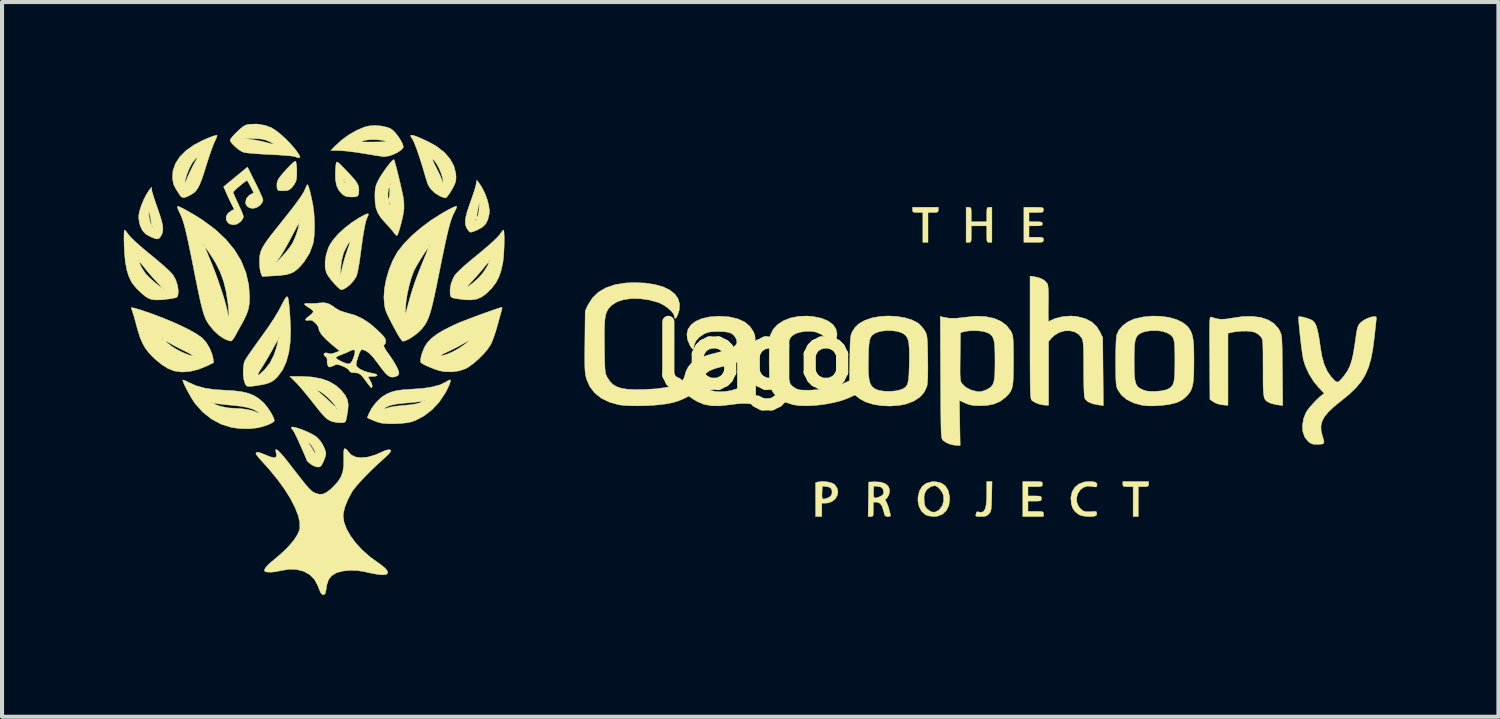
<source format=kicad_pcb>
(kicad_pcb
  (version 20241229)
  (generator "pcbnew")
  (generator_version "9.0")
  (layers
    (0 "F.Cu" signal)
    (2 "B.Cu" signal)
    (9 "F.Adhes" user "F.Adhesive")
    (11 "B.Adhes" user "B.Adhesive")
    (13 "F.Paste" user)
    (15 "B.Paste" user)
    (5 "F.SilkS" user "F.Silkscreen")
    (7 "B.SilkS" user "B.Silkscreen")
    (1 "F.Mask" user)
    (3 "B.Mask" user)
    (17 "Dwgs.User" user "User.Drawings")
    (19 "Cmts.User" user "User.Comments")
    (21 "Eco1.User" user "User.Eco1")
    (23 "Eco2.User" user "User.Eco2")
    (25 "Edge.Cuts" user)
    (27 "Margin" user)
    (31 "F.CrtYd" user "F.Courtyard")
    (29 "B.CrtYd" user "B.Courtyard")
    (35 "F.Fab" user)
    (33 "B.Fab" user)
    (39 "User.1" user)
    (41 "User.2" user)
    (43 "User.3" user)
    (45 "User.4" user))
  (footprint "logo"
    (layer "F.Cu")
    (at 15.521 5.715)
    (property "Reference" "logo" (at 0 0 0) (layer "F.SilkS") (effects (font (size 1.524 1.524) (thickness 0.3))))
    (attr through_hole)
    (fp_poly (pts (xy 4.547 -3.594) (xy 4.542 -3.556) (xy 4.521 -3.538) (xy 4.471 -3.531) (xy 4.42 -3.531) (xy 4.293 -3.531) (xy 4.293 -2.794) (xy 4.166 -2.794) (xy 4.166 -3.531) (xy 4.039 -3.531) (xy 3.963 -3.533) (xy 3.926 -3.543) (xy 3.913 -3.569) (xy 3.912 -3.594) (xy 3.912 -3.658) (xy 4.547 -3.658) (xy 4.547 -3.594)) (stroke (width 0.01) (type solid)) (fill yes) (layer "F.SilkS"))
    (fp_poly (pts (xy 9.728 3.162) (xy 9.724 3.2) (xy 9.703 3.219) (xy 9.652 3.225) (xy 9.601 3.226) (xy 9.474 3.226) (xy 9.474 3.962) (xy 9.347 3.962) (xy 9.347 3.226) (xy 9.22 3.226) (xy 9.145 3.224) (xy 9.107 3.213) (xy 9.094 3.188) (xy 9.093 3.162) (xy 9.093 3.099) (xy 9.728 3.099) (xy 9.728 3.162)) (stroke (width 0.01) (type solid)) (fill yes) (layer "F.SilkS"))
    (fp_poly (pts (xy 5.863 3.465) (xy 5.859 3.609) (xy 5.855 3.712) (xy 5.848 3.783) (xy 5.837 3.83) (xy 5.821 3.863) (xy 5.798 3.891) (xy 5.793 3.897) (xy 5.746 3.937) (xy 5.691 3.957) (xy 5.609 3.962) (xy 5.594 3.962) (xy 5.514 3.96) (xy 5.476 3.951) (xy 5.468 3.932) (xy 5.471 3.922) (xy 5.485 3.873) (xy 5.486 3.857) (xy 5.506 3.843) (xy 5.537 3.848) (xy 5.607 3.858) (xy 5.66 3.837) (xy 5.699 3.78) (xy 5.724 3.684) (xy 5.737 3.545) (xy 5.74 3.387) (xy 5.74 3.099) (xy 5.871 3.099) (xy 5.863 3.465)) (stroke (width 0.01) (type solid)) (fill yes) (layer "F.SilkS"))
    (fp_poly (pts (xy -11.289 -4.795) (xy -11.274 -4.755) (xy -11.264 -4.68) (xy -11.258 -4.584) (xy -11.258 -4.481) (xy -11.263 -4.388) (xy -11.274 -4.318) (xy -11.276 -4.309) (xy -11.316 -4.228) (xy -11.373 -4.151) (xy -11.383 -4.14) (xy -11.437 -4.094) (xy -11.492 -4.071) (xy -11.57 -4.064) (xy -11.596 -4.064) (xy -11.675 -4.066) (xy -11.717 -4.075) (xy -11.737 -4.101) (xy -11.748 -4.149) (xy -11.748 -4.25) (xy -11.728 -4.321) (xy -11.698 -4.372) (xy -11.645 -4.442) (xy -11.578 -4.523) (xy -11.503 -4.606) (xy -11.429 -4.683) (xy -11.364 -4.746) (xy -11.315 -4.786) (xy -11.289 -4.795) (xy -11.289 -4.795)) (stroke (width 0.01) (type solid)) (fill yes) (layer "F.SilkS"))
    (fp_poly (pts (xy 5.329 -3.655) (xy 5.348 -3.64) (xy 5.357 -3.601) (xy 5.359 -3.527) (xy 5.359 -3.48) (xy 5.359 -3.302) (xy 5.74 -3.302) (xy 5.74 -3.48) (xy 5.741 -3.573) (xy 5.747 -3.626) (xy 5.761 -3.65) (xy 5.787 -3.657) (xy 5.804 -3.658) (xy 5.867 -3.658) (xy 5.867 -2.794) (xy 5.804 -2.794) (xy 5.772 -2.796) (xy 5.754 -2.81) (xy 5.744 -2.845) (xy 5.741 -2.912) (xy 5.74 -2.997) (xy 5.74 -3.2) (xy 5.359 -3.2) (xy 5.359 -2.997) (xy 5.359 -2.896) (xy 5.355 -2.836) (xy 5.344 -2.806) (xy 5.323 -2.795) (xy 5.296 -2.794) (xy 5.232 -2.794) (xy 5.232 -3.658) (xy 5.296 -3.658) (xy 5.329 -3.655)) (stroke (width 0.01) (type solid)) (fill yes) (layer "F.SilkS"))
    (fp_poly (pts (xy 1.802 3.105) (xy 1.905 3.128) (xy 1.982 3.165) (xy 1.993 3.174) (xy 2.055 3.261) (xy 2.074 3.357) (xy 2.055 3.45) (xy 2.002 3.533) (xy 1.919 3.596) (xy 1.812 3.629) (xy 1.767 3.632) (xy 1.676 3.632) (xy 1.676 3.962) (xy 1.524 3.962) (xy 1.524 3.466) (xy 1.68 3.466) (xy 1.692 3.517) (xy 1.725 3.531) (xy 1.786 3.516) (xy 1.82 3.504) (xy 1.892 3.464) (xy 1.924 3.408) (xy 1.93 3.35) (xy 1.914 3.28) (xy 1.863 3.238) (xy 1.776 3.22) (xy 1.689 3.213) (xy 1.682 3.372) (xy 1.68 3.466) (xy 1.524 3.466) (xy 1.524 3.125) (xy 1.589 3.109) (xy 1.69 3.097) (xy 1.802 3.105)) (stroke (width 0.01) (type solid)) (fill yes) (layer "F.SilkS"))
    (fp_poly (pts (xy 6.982 3.099) (xy 7.053 3.102) (xy 7.092 3.11) (xy 7.108 3.126) (xy 7.112 3.152) (xy 7.112 3.162) (xy 7.109 3.195) (xy 7.094 3.214) (xy 7.055 3.223) (xy 6.982 3.226) (xy 6.934 3.226) (xy 6.756 3.226) (xy 6.756 3.454) (xy 6.921 3.454) (xy 7.01 3.456) (xy 7.06 3.462) (xy 7.081 3.478) (xy 7.087 3.508) (xy 7.087 3.518) (xy 7.084 3.552) (xy 7.067 3.571) (xy 7.026 3.579) (xy 6.948 3.581) (xy 6.921 3.581) (xy 6.756 3.581) (xy 6.756 3.835) (xy 6.947 3.835) (xy 7.044 3.836) (xy 7.101 3.841) (xy 7.128 3.853) (xy 7.137 3.877) (xy 7.137 3.899) (xy 7.137 3.962) (xy 6.629 3.962) (xy 6.629 3.099) (xy 6.871 3.099) (xy 6.982 3.099)) (stroke (width 0.01) (type solid)) (fill yes) (layer "F.SilkS"))
    (fp_poly (pts (xy 7.008 -3.657) (xy 7.078 -3.654) (xy 7.117 -3.646) (xy 7.134 -3.631) (xy 7.137 -3.605) (xy 7.137 -3.594) (xy 7.135 -3.561) (xy 7.12 -3.542) (xy 7.081 -3.533) (xy 7.007 -3.531) (xy 6.96 -3.531) (xy 6.782 -3.531) (xy 6.782 -3.302) (xy 6.947 -3.302) (xy 7.036 -3.3) (xy 7.086 -3.293) (xy 7.108 -3.277) (xy 7.112 -3.251) (xy 7.107 -3.224) (xy 7.084 -3.208) (xy 7.032 -3.202) (xy 6.947 -3.2) (xy 6.782 -3.2) (xy 6.782 -2.921) (xy 6.96 -2.921) (xy 7.052 -2.92) (xy 7.106 -2.915) (xy 7.13 -2.901) (xy 7.137 -2.874) (xy 7.137 -2.857) (xy 7.136 -2.828) (xy 7.124 -2.81) (xy 7.094 -2.799) (xy 7.034 -2.795) (xy 6.937 -2.794) (xy 6.896 -2.794) (xy 6.655 -2.794) (xy 6.655 -3.658) (xy 6.896 -3.658) (xy 7.008 -3.657)) (stroke (width 0.01) (type solid)) (fill yes) (layer "F.SilkS"))
    (fp_poly (pts (xy 8.358 3.103) (xy 8.424 3.119) (xy 8.454 3.149) (xy 8.458 3.173) (xy 8.451 3.218) (xy 8.423 3.234) (xy 8.363 3.225) (xy 8.337 3.219) (xy 8.223 3.211) (xy 8.123 3.243) (xy 8.041 3.308) (xy 7.984 3.396) (xy 7.955 3.498) (xy 7.959 3.605) (xy 8.001 3.709) (xy 8.047 3.766) (xy 8.107 3.817) (xy 8.167 3.84) (xy 8.248 3.844) (xy 8.328 3.841) (xy 8.39 3.836) (xy 8.406 3.833) (xy 8.439 3.843) (xy 8.453 3.88) (xy 8.446 3.922) (xy 8.429 3.94) (xy 8.369 3.958) (xy 8.278 3.963) (xy 8.176 3.957) (xy 8.082 3.941) (xy 8.014 3.915) (xy 8.014 3.915) (xy 7.918 3.842) (xy 7.859 3.757) (xy 7.826 3.657) (xy 7.812 3.498) (xy 7.842 3.358) (xy 7.909 3.243) (xy 8.012 3.158) (xy 8.145 3.109) (xy 8.25 3.099) (xy 8.358 3.103)) (stroke (width 0.01) (type solid)) (fill yes) (layer "F.SilkS"))
    (fp_poly (pts (xy -10.251 -4.769) (xy -10.216 -4.741) (xy -10.159 -4.686) (xy -10.076 -4.6) (xy -10.025 -4.548) (xy -9.913 -4.429) (xy -9.833 -4.338) (xy -9.78 -4.265) (xy -9.748 -4.203) (xy -9.732 -4.144) (xy -9.728 -4.079) (xy -9.728 -4.077) (xy -9.733 -3.99) (xy -9.754 -3.941) (xy -9.802 -3.918) (xy -9.888 -3.912) (xy -9.907 -3.912) (xy -10.001 -3.916) (xy -10.066 -3.933) (xy -10.124 -3.97) (xy -10.136 -3.98) (xy -10.223 -4.075) (xy -10.278 -4.19) (xy -10.295 -4.28) (xy -10.084 -4.28) (xy -10.071 -4.267) (xy -10.058 -4.28) (xy -10.071 -4.293) (xy -10.084 -4.28) (xy -10.295 -4.28) (xy -10.304 -4.331) (xy -10.109 -4.331) (xy -10.097 -4.318) (xy -10.084 -4.331) (xy -10.097 -4.343) (xy -10.109 -4.331) (xy -10.304 -4.331) (xy -10.305 -4.335) (xy -10.309 -4.458) (xy -10.306 -4.565) (xy -10.3 -4.661) (xy -10.292 -4.728) (xy -10.29 -4.734) (xy -10.283 -4.762) (xy -10.272 -4.775) (xy -10.251 -4.769)) (stroke (width 0.01) (type solid)) (fill yes) (layer "F.SilkS"))
    (fp_poly (pts (xy 4.62 3.136) (xy 4.721 3.207) (xy 4.789 3.315) (xy 4.822 3.46) (xy 4.826 3.537) (xy 4.806 3.688) (xy 4.748 3.811) (xy 4.656 3.9) (xy 4.535 3.951) (xy 4.435 3.962) (xy 4.297 3.944) (xy 4.221 3.911) (xy 4.133 3.829) (xy 4.073 3.714) (xy 4.045 3.578) (xy 4.046 3.488) (xy 4.05 3.472) (xy 4.196 3.472) (xy 4.198 3.566) (xy 4.207 3.657) (xy 4.226 3.717) (xy 4.263 3.765) (xy 4.289 3.788) (xy 4.377 3.846) (xy 4.461 3.854) (xy 4.546 3.813) (xy 4.573 3.791) (xy 4.646 3.693) (xy 4.68 3.571) (xy 4.673 3.437) (xy 4.672 3.435) (xy 4.641 3.361) (xy 4.588 3.288) (xy 4.527 3.23) (xy 4.469 3.201) (xy 4.459 3.2) (xy 4.363 3.224) (xy 4.277 3.286) (xy 4.24 3.333) (xy 4.209 3.398) (xy 4.196 3.472) (xy 4.05 3.472) (xy 4.081 3.334) (xy 4.15 3.219) (xy 4.25 3.142) (xy 4.38 3.105) (xy 4.487 3.104) (xy 4.62 3.136)) (stroke (width 0.01) (type solid)) (fill yes) (layer "F.SilkS"))
    (fp_poly (pts (xy -11.282 1.77) (xy -11.193 1.797) (xy -11.093 1.834) (xy -10.99 1.878) (xy -10.892 1.927) (xy -10.807 1.976) (xy -10.76 2.011) (xy -10.686 2.089) (xy -10.62 2.19) (xy -10.569 2.297) (xy -10.543 2.391) (xy -10.541 2.413) (xy -10.552 2.471) (xy -10.579 2.553) (xy -10.604 2.61) (xy -10.643 2.687) (xy -10.676 2.727) (xy -10.714 2.742) (xy -10.737 2.743) (xy -10.804 2.729) (xy -10.881 2.693) (xy -10.9 2.681) (xy -10.96 2.635) (xy -11 2.595) (xy -11.006 2.586) (xy -11.061 2.454) (xy -11.121 2.316) (xy -11.181 2.182) (xy -11.196 2.149) (xy -10.96 2.149) (xy -10.942 2.187) (xy -10.926 2.211) (xy -10.881 2.283) (xy -10.845 2.347) (xy -10.84 2.356) (xy -10.815 2.395) (xy -10.8 2.402) (xy -10.806 2.375) (xy -10.831 2.32) (xy -10.856 2.276) (xy -10.9 2.207) (xy -10.938 2.157) (xy -10.953 2.143) (xy -10.96 2.149) (xy -11.196 2.149) (xy -11.236 2.06) (xy -11.284 1.959) (xy -11.319 1.887) (xy -11.339 1.855) (xy -11.377 1.804) (xy -11.392 1.781) (xy -11.389 1.759) (xy -11.35 1.756) (xy -11.282 1.77)) (stroke (width 0.01) (type solid)) (fill yes) (layer "F.SilkS"))
    (fp_poly (pts (xy -9.185 -5.662) (xy -9.035 -5.63) (xy -8.953 -5.599) (xy -8.891 -5.555) (xy -8.823 -5.485) (xy -8.757 -5.398) (xy -8.698 -5.307) (xy -8.655 -5.223) (xy -8.635 -5.156) (xy -8.639 -5.125) (xy -8.693 -5.065) (xy -8.782 -5.006) (xy -8.89 -4.955) (xy -9.003 -4.919) (xy -9.105 -4.905) (xy -9.119 -4.905) (xy -9.155 -4.91) (xy -9.233 -4.922) (xy -9.343 -4.939) (xy -9.475 -4.961) (xy -9.588 -4.98) (xy -9.749 -5.005) (xy -9.908 -5.027) (xy -10.054 -5.044) (xy -10.171 -5.053) (xy -10.221 -5.055) (xy -10.421 -5.058) (xy -10.322 -5.16) (xy -10.194 -5.277) (xy -9.664 -5.277) (xy -9.655 -5.271) (xy -9.612 -5.268) (xy -9.53 -5.267) (xy -9.404 -5.267) (xy -9.364 -5.267) (xy -9.227 -5.268) (xy -9.129 -5.273) (xy -9.074 -5.279) (xy -9.066 -5.287) (xy -9.07 -5.289) (xy -9.165 -5.311) (xy -9.288 -5.323) (xy -9.42 -5.325) (xy -9.538 -5.315) (xy -9.601 -5.302) (xy -9.644 -5.287) (xy -9.664 -5.277) (xy -10.194 -5.277) (xy -10.154 -5.314) (xy -9.968 -5.449) (xy -9.776 -5.558) (xy -9.591 -5.635) (xy -9.484 -5.662) (xy -9.342 -5.674) (xy -9.185 -5.662)) (stroke (width 0.01) (type solid)) (fill yes) (layer "F.SilkS"))
    (fp_poly (pts (xy -6.775 -4.265) (xy -6.697 -4.148) (xy -6.627 -4.007) (xy -6.569 -3.855) (xy -6.53 -3.707) (xy -6.512 -3.575) (xy -6.516 -3.5) (xy -6.551 -3.355) (xy -6.604 -3.248) (xy -6.687 -3.168) (xy -6.806 -3.101) (xy -6.844 -3.085) (xy -6.923 -3.055) (xy -6.97 -3.044) (xy -6.999 -3.051) (xy -7.019 -3.07) (xy -7.07 -3.14) (xy -7.1 -3.214) (xy -7.109 -3.301) (xy -7.103 -3.353) (xy -6.858 -3.353) (xy -6.849 -3.332) (xy -6.841 -3.336) (xy -6.838 -3.366) (xy -6.841 -3.37) (xy -6.856 -3.366) (xy -6.858 -3.353) (xy -7.103 -3.353) (xy -7.097 -3.407) (xy -7.092 -3.428) (xy -6.824 -3.428) (xy -6.815 -3.424) (xy -6.805 -3.438) (xy -6.788 -3.488) (xy -6.774 -3.569) (xy -6.767 -3.641) (xy -6.763 -3.724) (xy -6.762 -3.759) (xy -6.767 -3.75) (xy -6.778 -3.7) (xy -6.782 -3.683) (xy -6.807 -3.554) (xy -6.821 -3.47) (xy -6.824 -3.428) (xy -7.092 -3.428) (xy -7.064 -3.54) (xy -7.008 -3.709) (xy -6.985 -3.772) (xy -6.938 -3.906) (xy -6.896 -4.031) (xy -6.863 -4.136) (xy -6.844 -4.209) (xy -6.841 -4.223) (xy -6.825 -4.327) (xy -6.775 -4.265)) (stroke (width 0.01) (type solid)) (fill yes) (layer "F.SilkS"))
    (fp_poly (pts (xy -14.834 -4.096) (xy -14.826 -4.053) (xy -14.803 -3.973) (xy -14.768 -3.863) (xy -14.725 -3.734) (xy -14.694 -3.646) (xy -14.631 -3.461) (xy -14.587 -3.315) (xy -14.563 -3.201) (xy -14.557 -3.11) (xy -14.568 -3.035) (xy -14.595 -2.97) (xy -14.605 -2.953) (xy -14.638 -2.904) (xy -14.671 -2.88) (xy -14.717 -2.879) (xy -14.787 -2.901) (xy -14.859 -2.93) (xy -14.977 -2.995) (xy -15.06 -3.082) (xy -15.109 -3.188) (xy -14.834 -3.188) (xy -14.821 -3.175) (xy -14.808 -3.188) (xy -14.821 -3.2) (xy -14.834 -3.188) (xy -15.109 -3.188) (xy -15.116 -3.202) (xy -15.139 -3.29) (xy -15.153 -3.388) (xy -15.15 -3.477) (xy -15.14 -3.523) (xy -14.907 -3.523) (xy -14.904 -3.468) (xy -14.893 -3.397) (xy -14.878 -3.324) (xy -14.861 -3.264) (xy -14.848 -3.234) (xy -14.843 -3.233) (xy -14.843 -3.261) (xy -14.852 -3.325) (xy -14.868 -3.411) (xy -14.869 -3.418) (xy -14.886 -3.493) (xy -14.899 -3.532) (xy -14.906 -3.53) (xy -14.907 -3.523) (xy -15.14 -3.523) (xy -15.128 -3.58) (xy -15.086 -3.71) (xy -15.028 -3.849) (xy -14.963 -3.977) (xy -14.898 -4.077) (xy -14.888 -4.089) (xy -14.835 -4.153) (xy -14.834 -4.096)) (stroke (width 0.01) (type solid)) (fill yes) (layer "F.SilkS"))
    (fp_poly (pts (xy 3.127 3.113) (xy 3.238 3.151) (xy 3.312 3.213) (xy 3.347 3.296) (xy 3.338 3.396) (xy 3.319 3.443) (xy 3.285 3.5) (xy 3.254 3.529) (xy 3.249 3.531) (xy 3.238 3.548) (xy 3.259 3.59) (xy 3.29 3.652) (xy 3.32 3.736) (xy 3.327 3.761) (xy 3.347 3.84) (xy 3.365 3.903) (xy 3.369 3.918) (xy 3.368 3.95) (xy 3.331 3.962) (xy 3.306 3.962) (xy 3.262 3.958) (xy 3.234 3.938) (xy 3.215 3.888) (xy 3.2 3.829) (xy 3.164 3.714) (xy 3.118 3.643) (xy 3.057 3.611) (xy 3.019 3.607) (xy 2.946 3.607) (xy 2.946 3.785) (xy 2.945 3.877) (xy 2.94 3.931) (xy 2.926 3.955) (xy 2.9 3.962) (xy 2.882 3.962) (xy 2.818 3.962) (xy 2.825 3.537) (xy 2.827 3.449) (xy 2.951 3.449) (xy 2.966 3.496) (xy 3.006 3.505) (xy 3.079 3.482) (xy 3.112 3.468) (xy 3.173 3.435) (xy 3.197 3.393) (xy 3.2 3.357) (xy 3.182 3.279) (xy 3.127 3.233) (xy 3.042 3.217) (xy 2.959 3.213) (xy 2.951 3.359) (xy 2.951 3.449) (xy 2.827 3.449) (xy 2.832 3.111) (xy 2.985 3.105) (xy 3.127 3.113)) (stroke (width 0.01) (type solid)) (fill yes) (layer "F.SilkS"))
    (fp_poly (pts (xy -13.22 -5.431) (xy -13.226 -5.405) (xy -13.249 -5.347) (xy -13.285 -5.27) (xy -13.317 -5.194) (xy -13.359 -5.081) (xy -13.407 -4.943) (xy -13.457 -4.792) (xy -13.49 -4.686) (xy -13.551 -4.489) (xy -13.604 -4.334) (xy -13.652 -4.216) (xy -13.698 -4.127) (xy -13.746 -4.061) (xy -13.799 -4.012) (xy -13.85 -3.978) (xy -13.956 -3.921) (xy -14.032 -3.896) (xy -14.087 -3.903) (xy -14.127 -3.939) (xy -14.137 -3.954) (xy -14.18 -4.022) (xy -14.232 -4.103) (xy -14.246 -4.123) (xy -14.297 -4.232) (xy -14.303 -4.27) (xy -14.018 -4.27) (xy -14.012 -4.266) (xy -13.988 -4.309) (xy -13.949 -4.401) (xy -13.947 -4.407) (xy -13.894 -4.527) (xy -13.83 -4.657) (xy -13.78 -4.75) (xy -13.734 -4.832) (xy -13.713 -4.875) (xy -13.714 -4.885) (xy -13.737 -4.867) (xy -13.754 -4.851) (xy -13.831 -4.757) (xy -13.903 -4.625) (xy -13.966 -4.467) (xy -13.98 -4.421) (xy -14.008 -4.322) (xy -14.018 -4.27) (xy -14.303 -4.27) (xy -14.321 -4.368) (xy -14.321 -4.372) (xy -14.31 -4.557) (xy -14.249 -4.734) (xy -14.142 -4.901) (xy -13.988 -5.055) (xy -13.79 -5.195) (xy -13.605 -5.293) (xy -13.483 -5.348) (xy -13.375 -5.391) (xy -13.289 -5.421) (xy -13.234 -5.433) (xy -13.22 -5.431)) (stroke (width 0.01) (type solid)) (fill yes) (layer "F.SilkS"))
    (fp_poly (pts (xy -11.17 0.508) (xy -10.896 0.522) (xy -10.661 0.564) (xy -10.461 0.634) (xy -10.291 0.736) (xy -10.162 0.853) (xy -10.067 0.972) (xy -10.011 1.083) (xy -9.991 1.202) (xy -10.001 1.346) (xy -10.007 1.384) (xy -10.027 1.502) (xy -10.043 1.579) (xy -10.063 1.624) (xy -10.091 1.644) (xy -10.134 1.65) (xy -10.193 1.65) (xy -10.291 1.642) (xy -10.383 1.622) (xy -10.414 1.611) (xy -10.465 1.586) (xy -10.512 1.556) (xy -10.561 1.514) (xy -10.618 1.454) (xy -10.689 1.371) (xy -10.74 1.308) (xy -10.287 1.308) (xy -10.274 1.321) (xy -10.262 1.308) (xy -10.274 1.295) (xy -10.287 1.308) (xy -10.74 1.308) (xy -10.78 1.258) (xy -10.88 1.13) (xy -10.98 1.005) (xy -11.082 0.881) (xy -11.123 0.833) (xy -10.782 0.833) (xy -10.668 0.93) (xy -10.585 1.003) (xy -10.49 1.089) (xy -10.427 1.148) (xy -10.347 1.222) (xy -10.302 1.261) (xy -10.289 1.264) (xy -10.309 1.233) (xy -10.314 1.226) (xy -10.393 1.131) (xy -10.487 1.036) (xy -10.582 0.952) (xy -10.664 0.894) (xy -10.681 0.884) (xy -10.782 0.833) (xy -11.123 0.833) (xy -11.177 0.769) (xy -11.256 0.682) (xy -11.284 0.654) (xy -11.431 0.508) (xy -11.17 0.508)) (stroke (width 0.01) (type solid)) (fill yes) (layer "F.SilkS"))
    (fp_poly (pts (xy -12.048 -5.679) (xy -11.889 -5.621) (xy -11.788 -5.56) (xy -11.669 -5.467) (xy -11.543 -5.354) (xy -11.42 -5.229) (xy -11.311 -5.104) (xy -11.255 -5.03) (xy -11.199 -4.944) (xy -11.179 -4.894) (xy -11.195 -4.875) (xy -11.248 -4.885) (xy -11.303 -4.906) (xy -11.347 -4.915) (xy -11.433 -4.925) (xy -11.552 -4.935) (xy -11.697 -4.946) (xy -11.859 -4.955) (xy -11.913 -4.957) (xy -12.081 -4.966) (xy -12.238 -4.976) (xy -12.375 -4.987) (xy -12.482 -4.997) (xy -12.55 -5.007) (xy -12.56 -5.009) (xy -12.627 -5.038) (xy -12.706 -5.091) (xy -12.784 -5.157) (xy -12.851 -5.224) (xy -12.894 -5.283) (xy -12.903 -5.314) (xy -12.886 -5.347) (xy -12.878 -5.356) (xy -12.586 -5.356) (xy -12.395 -5.332) (xy -12.267 -5.312) (xy -12.128 -5.284) (xy -12.027 -5.26) (xy -11.914 -5.23) (xy -11.849 -5.216) (xy -11.828 -5.217) (xy -11.852 -5.235) (xy -11.917 -5.268) (xy -11.938 -5.278) (xy -12.015 -5.311) (xy -12.089 -5.331) (xy -12.177 -5.343) (xy -12.296 -5.349) (xy -12.332 -5.35) (xy -12.586 -5.356) (xy -12.878 -5.356) (xy -12.839 -5.404) (xy -12.772 -5.477) (xy -12.73 -5.518) (xy -12.642 -5.6) (xy -12.576 -5.652) (xy -12.519 -5.683) (xy -12.459 -5.699) (xy -12.436 -5.703) (xy -12.244 -5.71) (xy -12.048 -5.679)) (stroke (width 0.01) (type solid)) (fill yes) (layer "F.SilkS"))
    (fp_poly (pts (xy -12.282 -4.268) (xy -12.218 -4.138) (xy -12.163 -4.02) (xy -12.121 -3.924) (xy -12.096 -3.858) (xy -12.09 -3.834) (xy -12.108 -3.783) (xy -12.15 -3.722) (xy -12.165 -3.706) (xy -12.245 -3.652) (xy -12.332 -3.63) (xy -12.414 -3.641) (xy -12.48 -3.679) (xy -12.518 -3.744) (xy -12.522 -3.782) (xy -12.499 -3.879) (xy -12.43 -3.954) (xy -12.394 -3.976) (xy -12.319 -4.015) (xy -12.396 -4.166) (xy -12.436 -4.243) (xy -12.468 -4.297) (xy -12.485 -4.318) (xy -12.515 -4.302) (xy -12.569 -4.262) (xy -12.638 -4.207) (xy -12.709 -4.146) (xy -12.772 -4.089) (xy -12.814 -4.046) (xy -12.827 -4.028) (xy -12.816 -3.995) (xy -12.787 -3.927) (xy -12.745 -3.834) (xy -12.7 -3.737) (xy -12.649 -3.628) (xy -12.608 -3.531) (xy -12.581 -3.459) (xy -12.573 -3.424) (xy -12.59 -3.375) (xy -12.633 -3.316) (xy -12.647 -3.3) (xy -12.733 -3.242) (xy -12.826 -3.224) (xy -12.914 -3.247) (xy -12.954 -3.277) (xy -12.999 -3.352) (xy -12.999 -3.433) (xy -12.956 -3.509) (xy -12.877 -3.569) (xy -12.802 -3.608) (xy -12.875 -3.754) (xy -12.926 -3.859) (xy -12.978 -3.971) (xy -13.004 -4.032) (xy -13.061 -4.164) (xy -12.989 -4.225) (xy -12.939 -4.266) (xy -12.862 -4.33) (xy -12.769 -4.407) (xy -12.694 -4.468) (xy -12.473 -4.65) (xy -12.282 -4.268)) (stroke (width 0.01) (type solid)) (fill yes) (layer "F.SilkS"))
    (fp_poly (pts (xy -9.497 -3.497) (xy -9.496 -3.469) (xy -9.52 -3.413) (xy -9.522 -3.409) (xy -9.542 -3.36) (xy -9.563 -3.29) (xy -9.584 -3.194) (xy -9.607 -3.068) (xy -9.633 -2.907) (xy -9.662 -2.706) (xy -9.695 -2.459) (xy -9.702 -2.408) (xy -9.722 -2.269) (xy -9.745 -2.14) (xy -9.767 -2.036) (xy -9.787 -1.965) (xy -9.793 -1.951) (xy -9.856 -1.853) (xy -9.938 -1.761) (xy -10.027 -1.686) (xy -10.112 -1.638) (xy -10.167 -1.626) (xy -10.199 -1.644) (xy -10.253 -1.692) (xy -10.32 -1.761) (xy -10.347 -1.79) (xy -10.419 -1.877) (xy -10.482 -1.963) (xy -10.485 -1.968) (xy -10.186 -1.968) (xy -10.138 -2.184) (xy -10.103 -2.32) (xy -10.059 -2.47) (xy -10.014 -2.604) (xy -10.012 -2.61) (xy -9.979 -2.703) (xy -9.954 -2.775) (xy -9.943 -2.815) (xy -9.942 -2.819) (xy -9.96 -2.8) (xy -9.994 -2.752) (xy -10.013 -2.724) (xy -10.103 -2.543) (xy -10.158 -2.326) (xy -10.174 -2.172) (xy -10.186 -1.968) (xy -10.485 -1.968) (xy -10.523 -2.031) (xy -10.529 -2.043) (xy -10.56 -2.169) (xy -10.561 -2.322) (xy -10.536 -2.486) (xy -10.485 -2.647) (xy -10.453 -2.718) (xy -10.364 -2.855) (xy -10.237 -3) (xy -10.08 -3.146) (xy -9.902 -3.283) (xy -9.713 -3.405) (xy -9.694 -3.415) (xy -9.591 -3.47) (xy -9.527 -3.498) (xy -9.497 -3.497)) (stroke (width 0.01) (type solid)) (fill yes) (layer "F.SilkS"))
    (fp_poly (pts (xy -8.37 -5.424) (xy -8.286 -5.393) (xy -8.18 -5.348) (xy -8.064 -5.294) (xy -7.951 -5.237) (xy -7.85 -5.181) (xy -7.807 -5.154) (xy -7.622 -5.01) (xy -7.482 -4.848) (xy -7.387 -4.672) (xy -7.34 -4.484) (xy -7.335 -4.403) (xy -7.339 -4.328) (xy -7.355 -4.259) (xy -7.39 -4.18) (xy -7.445 -4.08) (xy -7.499 -3.993) (xy -7.549 -3.927) (xy -7.585 -3.891) (xy -7.595 -3.888) (xy -7.64 -3.898) (xy -7.709 -3.923) (xy -7.734 -3.934) (xy -7.853 -4.007) (xy -7.956 -4.106) (xy -8.013 -4.19) (xy -8.036 -4.245) (xy -8.065 -4.332) (xy -8.096 -4.434) (xy -8.101 -4.452) (xy -8.153 -4.631) (xy -8.208 -4.807) (xy -8.216 -4.832) (xy -7.913 -4.832) (xy -7.897 -4.789) (xy -7.86 -4.709) (xy -7.81 -4.611) (xy -7.756 -4.501) (xy -7.712 -4.405) (xy -7.682 -4.334) (xy -7.671 -4.298) (xy -7.664 -4.271) (xy -7.656 -4.273) (xy -7.654 -4.304) (xy -7.664 -4.366) (xy -7.672 -4.398) (xy -7.714 -4.527) (xy -7.77 -4.652) (xy -7.832 -4.758) (xy -7.886 -4.825) (xy -7.909 -4.842) (xy -7.913 -4.832) (xy -8.216 -4.832) (xy -8.262 -4.971) (xy -8.312 -5.114) (xy -8.357 -5.229) (xy -8.392 -5.308) (xy -8.406 -5.333) (xy -8.446 -5.394) (xy -8.455 -5.425) (xy -8.433 -5.435) (xy -8.422 -5.436) (xy -8.37 -5.424)) (stroke (width 0.01) (type solid)) (fill yes) (layer "F.SilkS"))
    (fp_poly (pts (xy -15.305 -1.184) (xy -15.239 -1.168) (xy -15.147 -1.141) (xy -15.07 -1.117) (xy -14.803 -1.025) (xy -14.544 -0.926) (xy -14.301 -0.825) (xy -14.079 -0.724) (xy -13.884 -0.626) (xy -13.724 -0.534) (xy -13.606 -0.451) (xy -13.583 -0.432) (xy -13.485 -0.321) (xy -13.401 -0.177) (xy -13.341 -0.022) (xy -13.321 0.066) (xy -13.305 0.168) (xy -13.467 0.248) (xy -13.681 0.336) (xy -13.893 0.387) (xy -14.092 0.401) (xy -14.27 0.376) (xy -14.293 0.37) (xy -14.438 0.31) (xy -14.583 0.22) (xy -14.738 0.093) (xy -14.805 0.03) (xy -14.907 -0.077) (xy -14.99 -0.186) (xy -15.058 -0.306) (xy -15.081 -0.36) (xy -14.486 -0.36) (xy -14.477 -0.344) (xy -14.44 -0.31) (xy -14.377 -0.261) (xy -14.317 -0.217) (xy -14.218 -0.157) (xy -14.106 -0.098) (xy -13.995 -0.049) (xy -13.899 -0.014) (xy -13.831 -0.001) (xy -13.83 -0.001) (xy -13.831 -0.011) (xy -13.871 -0.038) (xy -13.943 -0.078) (xy -14.034 -0.123) (xy -14.151 -0.181) (xy -14.265 -0.24) (xy -14.358 -0.292) (xy -14.402 -0.317) (xy -14.462 -0.352) (xy -14.486 -0.36) (xy -15.081 -0.36) (xy -15.106 -0.419) (xy -14.58 -0.419) (xy -14.567 -0.406) (xy -14.554 -0.419) (xy -14.567 -0.432) (xy -14.58 -0.419) (xy -15.106 -0.419) (xy -15.119 -0.448) (xy -15.175 -0.624) (xy -15.217 -0.775) (xy -15.249 -0.896) (xy -15.28 -1.003) (xy -15.305 -1.083) (xy -15.321 -1.126) (xy -15.321 -1.126) (xy -15.336 -1.169) (xy -15.333 -1.186) (xy -15.305 -1.184)) (stroke (width 0.01) (type solid)) (fill yes) (layer "F.SilkS"))
    (fp_poly (pts (xy -7.475 0.594) (xy -7.473 0.629) (xy -7.495 0.7) (xy -7.539 0.799) (xy -7.601 0.918) (xy -7.608 0.929) (xy -7.75 1.141) (xy -7.924 1.327) (xy -8.12 1.479) (xy -8.33 1.591) (xy -8.427 1.626) (xy -8.537 1.65) (xy -8.679 1.666) (xy -8.836 1.675) (xy -8.991 1.675) (xy -9.127 1.666) (xy -9.207 1.653) (xy -9.277 1.631) (xy -9.365 1.597) (xy -9.403 1.581) (xy -9.522 1.528) (xy -9.483 1.428) (xy -9.416 1.301) (xy -9.114 1.301) (xy -9.103 1.307) (xy -9.048 1.293) (xy -9.011 1.28) (xy -8.941 1.263) (xy -8.836 1.245) (xy -8.711 1.23) (xy -8.611 1.221) (xy -8.464 1.207) (xy -8.341 1.189) (xy -8.253 1.168) (xy -8.23 1.159) (xy -8.141 1.117) (xy -8.23 1.131) (xy -8.292 1.139) (xy -8.389 1.149) (xy -8.508 1.16) (xy -8.603 1.168) (xy -8.795 1.189) (xy -8.939 1.219) (xy -9.003 1.241) (xy -9.08 1.279) (xy -9.114 1.301) (xy -9.416 1.301) (xy -9.411 1.291) (xy -9.307 1.154) (xy -9.257 1.105) (xy -8.128 1.105) (xy -8.115 1.118) (xy -8.103 1.105) (xy -8.115 1.092) (xy -8.128 1.105) (xy -9.257 1.105) (xy -9.188 1.037) (xy -9.134 0.997) (xy -9.03 0.935) (xy -8.919 0.89) (xy -8.792 0.858) (xy -8.637 0.837) (xy -8.444 0.824) (xy -8.41 0.822) (xy -8.145 0.803) (xy -7.919 0.767) (xy -7.734 0.717) (xy -7.595 0.651) (xy -7.587 0.645) (xy -7.526 0.61) (xy -7.484 0.593) (xy -7.475 0.594)) (stroke (width 0.01) (type solid)) (fill yes) (layer "F.SilkS"))
    (fp_poly (pts (xy -6.2 -1.174) (xy -6.205 -1.149) (xy -6.216 -1.109) (xy -6.237 -1.031) (xy -6.267 -0.924) (xy -6.3 -0.799) (xy -6.31 -0.765) (xy -6.351 -0.624) (xy -6.396 -0.487) (xy -6.44 -0.367) (xy -6.479 -0.28) (xy -6.482 -0.274) (xy -6.556 -0.163) (xy -6.661 -0.039) (xy -6.785 0.085) (xy -6.915 0.197) (xy -7.039 0.285) (xy -7.097 0.318) (xy -7.255 0.372) (xy -7.436 0.397) (xy -7.62 0.392) (xy -7.745 0.368) (xy -7.848 0.335) (xy -7.957 0.293) (xy -8.06 0.249) (xy -8.144 0.207) (xy -8.196 0.173) (xy -8.203 0.167) (xy -8.212 0.122) (xy -8.202 0.044) (xy -8.189 -0.002) (xy -7.71 -0.002) (xy -7.675 -0.005) (xy -7.593 -0.027) (xy -7.551 -0.041) (xy -7.424 -0.095) (xy -7.282 -0.173) (xy -7.145 -0.264) (xy -7.061 -0.33) (xy -7.024 -0.364) (xy -7.017 -0.375) (xy -7.046 -0.362) (xy -7.112 -0.323) (xy -7.15 -0.301) (xy -7.261 -0.238) (xy -7.394 -0.169) (xy -7.523 -0.107) (xy -7.544 -0.097) (xy -7.645 -0.049) (xy -7.7 -0.017) (xy -7.71 -0.002) (xy -8.189 -0.002) (xy -8.175 -0.054) (xy -8.135 -0.16) (xy -8.104 -0.226) (xy -8.035 -0.332) (xy -7.937 -0.433) (xy -7.805 -0.533) (xy -7.635 -0.635) (xy -7.421 -0.742) (xy -7.301 -0.797) (xy -7.221 -0.83) (xy -7.111 -0.873) (xy -6.981 -0.923) (xy -6.839 -0.976) (xy -6.693 -1.03) (xy -6.551 -1.08) (xy -6.424 -1.125) (xy -6.318 -1.161) (xy -6.242 -1.185) (xy -6.205 -1.194) (xy -6.205 -1.194) (xy -6.2 -1.174)) (stroke (width 0.01) (type solid)) (fill yes) (layer "F.SilkS"))
    (fp_poly (pts (xy 12.496 -0.943) (xy 12.675 -0.883) (xy 12.82 -0.792) (xy 12.927 -0.671) (xy 12.957 -0.618) (xy 12.973 -0.584) (xy 12.986 -0.55) (xy 12.997 -0.512) (xy 13.005 -0.462) (xy 13.011 -0.396) (xy 13.015 -0.307) (xy 13.019 -0.19) (xy 13.021 -0.04) (xy 13.023 0.151) (xy 13.025 0.365) (xy 13.033 1.226) (xy 12.901 1.209) (xy 12.809 1.191) (xy 12.726 1.167) (xy 12.698 1.154) (xy 12.655 1.131) (xy 12.622 1.107) (xy 12.596 1.076) (xy 12.577 1.031) (xy 12.564 0.968) (xy 12.555 0.88) (xy 12.55 0.761) (xy 12.548 0.606) (xy 12.548 0.409) (xy 12.548 0.303) (xy 12.547 0.095) (xy 12.547 -0.068) (xy 12.545 -0.192) (xy 12.542 -0.284) (xy 12.537 -0.349) (xy 12.53 -0.395) (xy 12.519 -0.427) (xy 12.506 -0.451) (xy 12.493 -0.47) (xy 12.428 -0.53) (xy 12.354 -0.575) (xy 12.264 -0.597) (xy 12.142 -0.608) (xy 12.005 -0.606) (xy 11.868 -0.592) (xy 11.812 -0.582) (xy 11.684 -0.555) (xy 11.684 1.219) (xy 11.614 1.217) (xy 11.538 1.209) (xy 11.459 1.194) (xy 11.376 1.164) (xy 11.306 1.124) (xy 11.239 1.074) (xy 11.233 0.052) (xy 11.231 -0.203) (xy 11.23 -0.412) (xy 11.23 -0.578) (xy 11.231 -0.708) (xy 11.233 -0.805) (xy 11.236 -0.873) (xy 11.241 -0.918) (xy 11.248 -0.943) (xy 11.256 -0.954) (xy 11.266 -0.955) (xy 11.271 -0.954) (xy 11.392 -0.915) (xy 11.509 -0.899) (xy 11.638 -0.905) (xy 11.789 -0.929) (xy 12.05 -0.967) (xy 12.287 -0.971) (xy 12.496 -0.943)) (stroke (width 0.01) (type solid)) (fill yes) (layer "F.SilkS"))
    (fp_poly (pts (xy -11.474 -1.421) (xy -11.459 -1.344) (xy -11.446 -1.221) (xy -11.432 -1.051) (xy -11.428 -1.006) (xy -11.41 -0.657) (xy -11.419 -0.349) (xy -11.455 -0.08) (xy -11.518 0.151) (xy -11.608 0.347) (xy -11.727 0.51) (xy -11.727 0.511) (xy -11.807 0.589) (xy -11.89 0.645) (xy -11.988 0.685) (xy -12.117 0.715) (xy -12.192 0.727) (xy -12.319 0.746) (xy -12.406 0.756) (xy -12.462 0.755) (xy -12.496 0.742) (xy -12.518 0.714) (xy -12.539 0.671) (xy -12.541 0.667) (xy -12.568 0.567) (xy -12.578 0.461) (xy -12.217 0.461) (xy -12.212 0.479) (xy -12.175 0.457) (xy -12.106 0.396) (xy -12.05 0.342) (xy -11.92 0.177) (xy -11.817 -0.029) (xy -11.757 -0.215) (xy -11.736 -0.302) (xy -11.722 -0.367) (xy -11.717 -0.397) (xy -11.717 -0.398) (xy -11.731 -0.379) (xy -11.764 -0.324) (xy -11.81 -0.242) (xy -11.862 -0.146) (xy -11.935 -0.016) (xy -12.016 0.123) (xy -12.093 0.249) (xy -12.131 0.308) (xy -12.191 0.404) (xy -12.217 0.461) (xy -12.578 0.461) (xy -12.58 0.441) (xy -12.577 0.308) (xy -12.561 0.189) (xy -12.541 0.127) (xy -12.514 0.081) (xy -12.463 0.002) (xy -12.39 -0.104) (xy -12.302 -0.229) (xy -12.204 -0.366) (xy -12.156 -0.432) (xy -12.147 -0.445) (xy -11.709 -0.445) (xy -11.697 -0.432) (xy -11.684 -0.445) (xy -11.697 -0.457) (xy -11.709 -0.445) (xy -12.147 -0.445) (xy -11.971 -0.691) (xy -11.816 -0.925) (xy -11.694 -1.131) (xy -11.654 -1.206) (xy -11.595 -1.322) (xy -11.549 -1.403) (xy -11.516 -1.448) (xy -11.492 -1.455) (xy -11.474 -1.421)) (stroke (width 0.01) (type solid)) (fill yes) (layer "F.SilkS"))
    (fp_poly (pts (xy 6.926 -1.946) (xy 7.058 -1.913) (xy 7.164 -1.855) (xy 7.232 -1.78) (xy 7.234 -1.777) (xy 7.247 -1.735) (xy 7.255 -1.663) (xy 7.26 -1.556) (xy 7.261 -1.408) (xy 7.259 -1.276) (xy 7.257 -1.134) (xy 7.257 -1.012) (xy 7.259 -0.918) (xy 7.261 -0.861) (xy 7.264 -0.846) (xy 7.426 -0.919) (xy 7.614 -0.965) (xy 7.811 -0.98) (xy 7.969 -0.966) (xy 8.167 -0.915) (xy 8.324 -0.835) (xy 8.446 -0.724) (xy 8.531 -0.587) (xy 8.598 -0.445) (xy 8.606 0.391) (xy 8.614 1.227) (xy 8.485 1.211) (xy 8.345 1.182) (xy 8.236 1.134) (xy 8.168 1.071) (xy 8.157 1.052) (xy 8.146 1) (xy 8.138 0.898) (xy 8.132 0.745) (xy 8.129 0.542) (xy 8.128 0.323) (xy 8.128 0.117) (xy 8.126 -0.044) (xy 8.124 -0.168) (xy 8.119 -0.26) (xy 8.113 -0.327) (xy 8.104 -0.375) (xy 8.092 -0.412) (xy 8.084 -0.431) (xy 8.01 -0.526) (xy 7.907 -0.588) (xy 7.786 -0.616) (xy 7.655 -0.612) (xy 7.525 -0.574) (xy 7.406 -0.503) (xy 7.331 -0.431) (xy 7.264 -0.352) (xy 7.264 1.219) (xy 7.182 1.218) (xy 7.101 1.208) (xy 7.013 1.186) (xy 7.002 1.182) (xy 6.926 1.148) (xy 6.864 1.11) (xy 6.856 1.103) (xy 6.846 1.093) (xy 6.837 1.078) (xy 6.83 1.054) (xy 6.824 1.019) (xy 6.819 0.968) (xy 6.815 0.897) (xy 6.812 0.803) (xy 6.81 0.68) (xy 6.809 0.526) (xy 6.808 0.337) (xy 6.807 0.108) (xy 6.807 -0.164) (xy 6.807 -0.452) (xy 6.807 -1.963) (xy 6.926 -1.946)) (stroke (width 0.01) (type solid)) (fill yes) (layer "F.SilkS"))
    (fp_poly (pts (xy -14.04 0.601) (xy -13.982 0.626) (xy -13.914 0.661) (xy -13.737 0.739) (xy -13.532 0.796) (xy -13.294 0.832) (xy -13.049 0.848) (xy -12.811 0.862) (xy -12.614 0.886) (xy -12.452 0.925) (xy -12.315 0.98) (xy -12.196 1.054) (xy -12.086 1.149) (xy -12.066 1.17) (xy -11.995 1.254) (xy -11.926 1.353) (xy -11.867 1.452) (xy -11.826 1.54) (xy -11.811 1.601) (xy -11.834 1.631) (xy -11.896 1.668) (xy -11.986 1.707) (xy -12.093 1.743) (xy -12.207 1.772) (xy -12.24 1.778) (xy -12.439 1.799) (xy -12.656 1.795) (xy -12.864 1.767) (xy -12.874 1.764) (xy -13.127 1.684) (xy -13.362 1.558) (xy -13.575 1.389) (xy -13.755 1.188) (xy -13.765 1.174) (xy -13.309 1.174) (xy -13.287 1.19) (xy -13.229 1.214) (xy -13.142 1.244) (xy -12.957 1.283) (xy -12.78 1.296) (xy -12.632 1.303) (xy -12.487 1.322) (xy -12.359 1.351) (xy -12.265 1.386) (xy -12.255 1.391) (xy -12.205 1.418) (xy -12.195 1.415) (xy -12.227 1.383) (xy -12.243 1.371) (xy -12.334 1.319) (xy -12.465 1.277) (xy -12.64 1.244) (xy -12.852 1.221) (xy -12.978 1.209) (xy -13.092 1.197) (xy -13.182 1.186) (xy -13.227 1.179) (xy -13.29 1.169) (xy -13.309 1.174) (xy -13.765 1.174) (xy -13.778 1.156) (xy -13.36 1.156) (xy -13.348 1.168) (xy -13.335 1.156) (xy -13.348 1.143) (xy -13.36 1.156) (xy -13.778 1.156) (xy -13.808 1.112) (xy -13.867 1.017) (xy -13.926 0.913) (xy -13.981 0.81) (xy -14.027 0.717) (xy -14.057 0.645) (xy -14.069 0.602) (xy -14.067 0.596) (xy -14.04 0.601)) (stroke (width 0.01) (type solid)) (fill yes) (layer "F.SilkS"))
    (fp_poly (pts (xy -8.864 -4.834) (xy -8.853 -4.804) (xy -8.832 -4.732) (xy -8.805 -4.63) (xy -8.773 -4.505) (xy -8.739 -4.366) (xy -8.705 -4.223) (xy -8.674 -4.085) (xy -8.647 -3.96) (xy -8.635 -3.9) (xy -8.619 -3.771) (xy -8.618 -3.633) (xy -8.621 -3.589) (xy -8.634 -3.503) (xy -8.656 -3.395) (xy -8.684 -3.278) (xy -8.714 -3.165) (xy -8.744 -3.066) (xy -8.77 -2.994) (xy -8.786 -2.964) (xy -8.812 -2.969) (xy -8.848 -3.007) (xy -8.853 -3.015) (xy -8.891 -3.065) (xy -8.954 -3.139) (xy -9.03 -3.224) (xy -9.068 -3.264) (xy -9.182 -3.395) (xy -9.26 -3.515) (xy -9.307 -3.638) (xy -9.324 -3.749) (xy -8.99 -3.749) (xy -8.985 -3.716) (xy -8.976 -3.715) (xy -8.97 -3.749) (xy -8.974 -3.764) (xy -8.986 -3.774) (xy -8.99 -3.749) (xy -9.324 -3.749) (xy -9.329 -3.78) (xy -9.334 -3.924) (xy -9.334 -3.95) (xy -9.013 -3.95) (xy -9.011 -3.879) (xy -9.004 -3.856) (xy -8.992 -3.873) (xy -8.979 -3.929) (xy -8.971 -4.01) (xy -8.97 -4.051) (xy -8.972 -4.122) (xy -8.979 -4.145) (xy -8.992 -4.128) (xy -9.005 -4.072) (xy -9.012 -3.991) (xy -9.013 -3.95) (xy -9.334 -3.95) (xy -9.332 -4.043) (xy -9.323 -4.13) (xy -9.304 -4.203) (xy -9.293 -4.229) (xy -8.966 -4.229) (xy -8.954 -4.216) (xy -8.941 -4.229) (xy -8.954 -4.242) (xy -8.966 -4.229) (xy -9.293 -4.229) (xy -9.272 -4.28) (xy -9.261 -4.301) (xy -9.217 -4.383) (xy -9.158 -4.478) (xy -9.091 -4.576) (xy -9.023 -4.669) (xy -8.96 -4.748) (xy -8.908 -4.806) (xy -8.873 -4.834) (xy -8.864 -4.834)) (stroke (width 0.01) (type solid)) (fill yes) (layer "F.SilkS"))
    (fp_poly (pts (xy -6.157 -3.075) (xy -6.151 -3.011) (xy -6.148 -2.916) (xy -6.148 -2.799) (xy -6.151 -2.672) (xy -6.157 -2.544) (xy -6.166 -2.425) (xy -6.177 -2.325) (xy -6.183 -2.286) (xy -6.227 -2.09) (xy -6.282 -1.932) (xy -6.355 -1.796) (xy -6.453 -1.669) (xy -6.481 -1.638) (xy -6.597 -1.525) (xy -6.707 -1.446) (xy -6.822 -1.397) (xy -6.953 -1.376) (xy -7.11 -1.379) (xy -7.303 -1.403) (xy -7.307 -1.404) (xy -7.393 -1.419) (xy -7.441 -1.436) (xy -7.465 -1.462) (xy -7.478 -1.506) (xy -7.48 -1.516) (xy -7.483 -1.638) (xy -7.471 -1.701) (xy -7.059 -1.701) (xy -7.045 -1.705) (xy -7.005 -1.731) (xy -6.985 -1.745) (xy -6.904 -1.807) (xy -6.814 -1.888) (xy -6.752 -1.949) (xy -6.69 -2.022) (xy -6.63 -2.104) (xy -6.579 -2.184) (xy -6.544 -2.251) (xy -6.531 -2.293) (xy -6.534 -2.301) (xy -6.553 -2.287) (xy -6.593 -2.242) (xy -6.644 -2.178) (xy -6.707 -2.099) (xy -6.791 -2.001) (xy -6.883 -1.899) (xy -6.921 -1.856) (xy -7 -1.773) (xy -7.045 -1.722) (xy -7.059 -1.701) (xy -7.471 -1.701) (xy -7.457 -1.776) (xy -7.406 -1.91) (xy -7.358 -1.992) (xy -7.311 -2.045) (xy -7.233 -2.122) (xy -7.132 -2.215) (xy -7.016 -2.315) (xy -6.974 -2.349) (xy -6.528 -2.349) (xy -6.515 -2.337) (xy -6.502 -2.349) (xy -6.515 -2.362) (xy -6.528 -2.349) (xy -6.974 -2.349) (xy -6.923 -2.392) (xy -6.718 -2.56) (xy -6.552 -2.701) (xy -6.422 -2.817) (xy -6.326 -2.91) (xy -6.26 -2.983) (xy -6.23 -3.026) (xy -6.195 -3.075) (xy -6.168 -3.099) (xy -6.167 -3.099) (xy -6.157 -3.075)) (stroke (width 0.01) (type solid)) (fill yes) (layer "F.SilkS"))
    (fp_poly (pts (xy -10.979 -4.193) (xy -10.956 -4.128) (xy -10.929 -4.03) (xy -10.901 -3.909) (xy -10.873 -3.773) (xy -10.859 -3.699) (xy -10.837 -3.529) (xy -10.824 -3.342) (xy -10.822 -3.153) (xy -10.828 -2.977) (xy -10.845 -2.827) (xy -10.859 -2.757) (xy -10.944 -2.529) (xy -11.076 -2.318) (xy -11.158 -2.22) (xy -11.245 -2.132) (xy -11.33 -2.068) (xy -11.424 -2.024) (xy -11.538 -1.995) (xy -11.683 -1.978) (xy -11.801 -1.97) (xy -12.109 -1.953) (xy -12.144 -2.037) (xy -12.163 -2.11) (xy -12.175 -2.217) (xy -12.177 -2.273) (xy -11.79 -2.273) (xy -11.616 -2.451) (xy -11.527 -2.551) (xy -11.441 -2.66) (xy -11.374 -2.761) (xy -11.357 -2.79) (xy -11.31 -2.893) (xy -11.265 -3.01) (xy -11.229 -3.125) (xy -11.207 -3.222) (xy -11.203 -3.264) (xy -11.214 -3.251) (xy -11.244 -3.2) (xy -11.289 -3.118) (xy -11.346 -3.011) (xy -11.389 -2.928) (xy -11.462 -2.79) (xy -11.537 -2.656) (xy -11.607 -2.537) (xy -11.664 -2.446) (xy -11.683 -2.42) (xy -11.79 -2.273) (xy -12.177 -2.273) (xy -12.178 -2.324) (xy -12.176 -2.412) (xy -12.166 -2.49) (xy -12.147 -2.565) (xy -12.114 -2.643) (xy -12.065 -2.731) (xy -11.995 -2.835) (xy -11.901 -2.961) (xy -11.78 -3.114) (xy -11.68 -3.24) (xy -11.6 -3.34) (xy -11.201 -3.34) (xy -11.189 -3.327) (xy -11.176 -3.34) (xy -11.189 -3.353) (xy -11.201 -3.34) (xy -11.6 -3.34) (xy -11.515 -3.447) (xy -11.379 -3.62) (xy -11.271 -3.763) (xy -11.187 -3.879) (xy -11.124 -3.973) (xy -11.08 -4.048) (xy -11.052 -4.109) (xy -11.047 -4.121) (xy -11.022 -4.181) (xy -11.001 -4.214) (xy -10.996 -4.216) (xy -10.979 -4.193)) (stroke (width 0.01) (type solid)) (fill yes) (layer "F.SilkS"))
    (fp_poly (pts (xy -15.475 -3.079) (xy -15.44 -3.031) (xy -15.436 -3.026) (xy -15.393 -2.967) (xy -15.32 -2.89) (xy -15.216 -2.791) (xy -15.078 -2.67) (xy -14.902 -2.522) (xy -14.743 -2.392) (xy -14.622 -2.291) (xy -14.509 -2.192) (xy -14.412 -2.102) (xy -14.341 -2.03) (xy -14.308 -1.992) (xy -14.243 -1.874) (xy -14.198 -1.739) (xy -14.178 -1.606) (xy -14.183 -1.519) (xy -14.193 -1.475) (xy -14.21 -1.447) (xy -14.245 -1.429) (xy -14.31 -1.415) (xy -14.396 -1.401) (xy -14.583 -1.379) (xy -14.731 -1.375) (xy -14.845 -1.39) (xy -14.904 -1.41) (xy -14.98 -1.456) (xy -15.073 -1.531) (xy -15.17 -1.622) (xy -15.208 -1.664) (xy -14.554 -1.664) (xy -14.541 -1.651) (xy -14.529 -1.664) (xy -14.541 -1.676) (xy -14.554 -1.664) (xy -15.208 -1.664) (xy -15.257 -1.717) (xy -15.322 -1.803) (xy -15.33 -1.816) (xy -15.396 -1.953) (xy -15.446 -2.112) (xy -15.481 -2.302) (xy -15.131 -2.302) (xy -15.128 -2.272) (xy -15.103 -2.214) (xy -15.061 -2.14) (xy -15.011 -2.063) (xy -14.958 -1.995) (xy -14.954 -1.99) (xy -14.906 -1.941) (xy -14.839 -1.879) (xy -14.763 -1.813) (xy -14.689 -1.751) (xy -14.627 -1.703) (xy -14.589 -1.678) (xy -14.583 -1.676) (xy -14.595 -1.693) (xy -14.635 -1.739) (xy -14.696 -1.806) (xy -14.739 -1.852) (xy -14.829 -1.95) (xy -14.92 -2.056) (xy -14.996 -2.149) (xy -15.013 -2.17) (xy -15.067 -2.239) (xy -15.109 -2.286) (xy -15.13 -2.302) (xy -15.131 -2.302) (xy -15.481 -2.302) (xy -15.482 -2.302) (xy -15.486 -2.349) (xy -15.164 -2.349) (xy -15.151 -2.337) (xy -15.138 -2.349) (xy -15.151 -2.362) (xy -15.164 -2.349) (xy -15.486 -2.349) (xy -15.504 -2.529) (xy -15.512 -2.699) (xy -15.516 -2.847) (xy -15.516 -2.966) (xy -15.513 -3.051) (xy -15.506 -3.095) (xy -15.503 -3.099) (xy -15.475 -3.079)) (stroke (width 0.01) (type solid)) (fill yes) (layer "F.SilkS"))
    (fp_poly (pts (xy -14.151 -3.669) (xy -14.075 -3.634) (xy -13.975 -3.581) (xy -13.859 -3.515) (xy -13.737 -3.442) (xy -13.618 -3.367) (xy -13.576 -3.34) (xy -13.266 -3.11) (xy -13.005 -2.866) (xy -12.792 -2.608) (xy -12.627 -2.334) (xy -12.511 -2.045) (xy -12.442 -1.741) (xy -12.421 -1.438) (xy -12.427 -1.289) (xy -12.45 -1.156) (xy -12.494 -1.024) (xy -12.564 -0.877) (xy -12.612 -0.787) (xy -12.671 -0.682) (xy -12.729 -0.578) (xy -12.774 -0.494) (xy -12.78 -0.483) (xy -12.822 -0.416) (xy -12.861 -0.371) (xy -12.878 -0.362) (xy -12.92 -0.368) (xy -12.99 -0.393) (xy -13.047 -0.419) (xy -13.176 -0.503) (xy -13.304 -0.622) (xy -13.418 -0.761) (xy -13.468 -0.839) (xy -13.498 -0.894) (xy -13.526 -0.959) (xy -13.554 -1.039) (xy -13.583 -1.138) (xy -13.615 -1.262) (xy -13.65 -1.415) (xy -13.69 -1.603) (xy -13.737 -1.831) (xy -13.791 -2.104) (xy -13.793 -2.116) (xy -13.85 -2.403) (xy -13.9 -2.646) (xy -13.902 -2.656) (xy -13.511 -2.656) (xy -13.497 -2.614) (xy -13.463 -2.532) (xy -13.433 -2.461) (xy -13.35 -2.262) (xy -13.268 -2.051) (xy -13.191 -1.838) (xy -13.12 -1.63) (xy -13.058 -1.435) (xy -13.008 -1.261) (xy -12.972 -1.116) (xy -12.953 -1.007) (xy -12.951 -0.983) (xy -12.947 -0.947) (xy -12.94 -0.96) (xy -12.936 -0.974) (xy -12.934 -1.019) (xy -12.937 -1.1) (xy -12.946 -1.205) (xy -12.953 -1.276) (xy -12.998 -1.569) (xy -13.06 -1.826) (xy -13.144 -2.059) (xy -13.254 -2.28) (xy -13.34 -2.419) (xy -13.419 -2.541) (xy -13.474 -2.621) (xy -13.504 -2.659) (xy -13.511 -2.656) (xy -13.902 -2.656) (xy -13.918 -2.731) (xy -13.564 -2.731) (xy -13.551 -2.718) (xy -13.538 -2.731) (xy -13.551 -2.743) (xy -13.564 -2.731) (xy -13.918 -2.731) (xy -13.943 -2.849) (xy -13.981 -3.017) (xy -14.015 -3.155) (xy -14.046 -3.268) (xy -14.076 -3.362) (xy -14.106 -3.441) (xy -14.138 -3.51) (xy -14.146 -3.526) (xy -14.187 -3.616) (xy -14.201 -3.669) (xy -14.193 -3.683) (xy -14.151 -3.669)) (stroke (width 0.01) (type solid)) (fill yes) (layer "F.SilkS"))
    (fp_poly (pts (xy -7.32 -3.68) (xy -7.315 -3.67) (xy -7.326 -3.642) (xy -7.354 -3.582) (xy -7.392 -3.504) (xy -7.418 -3.448) (xy -7.444 -3.383) (xy -7.47 -3.306) (xy -7.497 -3.212) (xy -7.527 -3.096) (xy -7.561 -2.954) (xy -7.599 -2.781) (xy -7.643 -2.573) (xy -7.694 -2.326) (xy -7.753 -2.034) (xy -7.772 -1.938) (xy -7.826 -1.671) (xy -7.874 -1.448) (xy -7.916 -1.265) (xy -7.955 -1.114) (xy -7.993 -0.992) (xy -8.032 -0.892) (xy -8.073 -0.809) (xy -8.119 -0.738) (xy -8.172 -0.672) (xy -8.231 -0.608) (xy -8.312 -0.536) (xy -8.409 -0.466) (xy -8.506 -0.407) (xy -8.592 -0.368) (xy -8.646 -0.356) (xy -8.673 -0.377) (xy -8.716 -0.437) (xy -8.771 -0.527) (xy -8.828 -0.629) (xy -8.91 -0.783) (xy -8.971 -0.901) (xy -9.015 -0.99) (xy -9.021 -1.003) (xy -8.587 -1.003) (xy -8.512 -1.283) (xy -8.47 -1.432) (xy -8.42 -1.599) (xy -8.369 -1.755) (xy -8.347 -1.82) (xy -8.298 -1.953) (xy -8.237 -2.111) (xy -8.174 -2.27) (xy -8.129 -2.377) (xy -8.084 -2.486) (xy -8.049 -2.574) (xy -8.027 -2.632) (xy -8.023 -2.653) (xy -8.024 -2.652) (xy -8.067 -2.597) (xy -8.126 -2.51) (xy -8.193 -2.405) (xy -8.261 -2.294) (xy -8.32 -2.191) (xy -8.364 -2.109) (xy -8.373 -2.091) (xy -8.435 -1.924) (xy -8.491 -1.727) (xy -8.537 -1.519) (xy -8.567 -1.322) (xy -8.574 -1.233) (xy -8.587 -1.003) (xy -9.021 -1.003) (xy -9.046 -1.057) (xy -9.067 -1.112) (xy -9.081 -1.162) (xy -9.092 -1.215) (xy -9.097 -1.239) (xy -9.113 -1.432) (xy -9.099 -1.65) (xy -9.056 -1.881) (xy -8.988 -2.114) (xy -8.899 -2.337) (xy -8.791 -2.536) (xy -8.762 -2.579) (xy -8.662 -2.705) (xy -8.001 -2.705) (xy -7.988 -2.692) (xy -7.976 -2.705) (xy -7.988 -2.718) (xy -8.001 -2.705) (xy -8.662 -2.705) (xy -8.612 -2.768) (xy -8.421 -2.963) (xy -8.197 -3.155) (xy -7.948 -3.34) (xy -7.682 -3.509) (xy -7.628 -3.54) (xy -7.498 -3.612) (xy -7.406 -3.658) (xy -7.348 -3.68) (xy -7.32 -3.68)) (stroke (width 0.01) (type solid)) (fill yes) (layer "F.SilkS"))
    (fp_poly (pts (xy 5.714 -0.965) (xy 5.919 -0.922) (xy 6.093 -0.847) (xy 6.233 -0.741) (xy 6.335 -0.606) (xy 6.353 -0.572) (xy 6.368 -0.534) (xy 6.379 -0.49) (xy 6.388 -0.433) (xy 6.394 -0.355) (xy 6.397 -0.251) (xy 6.399 -0.111) (xy 6.4 0.07) (xy 6.4 0.127) (xy 6.399 0.338) (xy 6.396 0.505) (xy 6.389 0.636) (xy 6.377 0.737) (xy 6.357 0.816) (xy 6.328 0.879) (xy 6.289 0.935) (xy 6.238 0.989) (xy 6.193 1.032) (xy 6.066 1.127) (xy 5.922 1.189) (xy 5.751 1.223) (xy 5.575 1.231) (xy 5.45 1.227) (xy 5.357 1.216) (xy 5.278 1.194) (xy 5.207 1.165) (xy 5.067 1.101) (xy 5.076 1.655) (xy 5.086 2.21) (xy 5 2.209) (xy 4.918 2.199) (xy 4.828 2.176) (xy 4.816 2.172) (xy 4.737 2.136) (xy 4.672 2.092) (xy 4.663 2.084) (xy 4.652 2.072) (xy 4.643 2.057) (xy 4.635 2.036) (xy 4.628 2.003) (xy 4.623 1.957) (xy 4.618 1.892) (xy 4.615 1.804) (xy 4.612 1.69) (xy 4.61 1.545) (xy 4.608 1.366) (xy 4.606 1.149) (xy 4.605 0.89) (xy 4.603 0.584) (xy 4.603 0.53) (xy 4.602 0.356) (xy 5.083 0.356) (xy 5.084 0.464) (xy 5.088 0.542) (xy 5.094 0.596) (xy 5.103 0.634) (xy 5.116 0.663) (xy 5.132 0.688) (xy 5.222 0.775) (xy 5.347 0.841) (xy 5.492 0.88) (xy 5.564 0.886) (xy 5.624 0.877) (xy 5.704 0.849) (xy 5.741 0.832) (xy 5.806 0.796) (xy 5.855 0.756) (xy 5.891 0.705) (xy 5.916 0.637) (xy 5.931 0.544) (xy 5.94 0.418) (xy 5.943 0.254) (xy 5.944 0.127) (xy 5.942 -0.067) (xy 5.937 -0.217) (xy 5.926 -0.33) (xy 5.907 -0.413) (xy 5.879 -0.473) (xy 5.839 -0.518) (xy 5.786 -0.553) (xy 5.753 -0.57) (xy 5.666 -0.597) (xy 5.548 -0.613) (xy 5.415 -0.618) (xy 5.285 -0.611) (xy 5.176 -0.593) (xy 5.169 -0.59) (xy 5.093 -0.568) (xy 5.086 0.023) (xy 5.084 0.211) (xy 5.083 0.356) (xy 4.602 0.356) (xy 4.596 -0.971) (xy 4.654 -0.954) (xy 4.807 -0.926) (xy 5.001 -0.925) (xy 5.228 -0.951) (xy 5.482 -0.975) (xy 5.714 -0.965)) (stroke (width 0.01) (type solid)) (fill yes) (layer "F.SilkS"))
    (fp_poly (pts (xy 10.034 -0.973) (xy 10.236 -0.944) (xy 10.417 -0.892) (xy 10.569 -0.819) (xy 10.685 -0.726) (xy 10.708 -0.698) (xy 10.752 -0.633) (xy 10.786 -0.564) (xy 10.811 -0.482) (xy 10.828 -0.38) (xy 10.839 -0.25) (xy 10.844 -0.086) (xy 10.846 0.122) (xy 10.846 0.126) (xy 10.844 0.339) (xy 10.839 0.508) (xy 10.828 0.641) (xy 10.809 0.746) (xy 10.782 0.83) (xy 10.744 0.9) (xy 10.694 0.964) (xy 10.656 1.004) (xy 10.567 1.08) (xy 10.466 1.135) (xy 10.372 1.168) (xy 10.234 1.2) (xy 10.066 1.222) (xy 9.887 1.234) (xy 9.717 1.234) (xy 9.574 1.221) (xy 9.564 1.219) (xy 9.361 1.164) (xy 9.19 1.079) (xy 9.057 0.967) (xy 8.966 0.832) (xy 8.963 0.826) (xy 8.947 0.786) (xy 8.936 0.74) (xy 8.928 0.679) (xy 8.922 0.597) (xy 8.918 0.486) (xy 8.917 0.338) (xy 8.916 0.152) (xy 8.916 0.121) (xy 9.373 0.121) (xy 9.374 0.315) (xy 9.379 0.465) (xy 9.39 0.578) (xy 9.407 0.661) (xy 9.432 0.721) (xy 9.466 0.766) (xy 9.512 0.802) (xy 9.512 0.802) (xy 9.586 0.839) (xy 9.67 0.866) (xy 9.673 0.867) (xy 9.776 0.878) (xy 9.9 0.878) (xy 10.026 0.867) (xy 10.134 0.846) (xy 10.192 0.827) (xy 10.25 0.795) (xy 10.295 0.759) (xy 10.327 0.71) (xy 10.35 0.642) (xy 10.364 0.549) (xy 10.372 0.423) (xy 10.375 0.258) (xy 10.376 0.122) (xy 10.375 -0.067) (xy 10.371 -0.212) (xy 10.363 -0.321) (xy 10.347 -0.401) (xy 10.321 -0.459) (xy 10.284 -0.502) (xy 10.234 -0.537) (xy 10.171 -0.57) (xy 10.067 -0.603) (xy 9.935 -0.619) (xy 9.792 -0.618) (xy 9.66 -0.601) (xy 9.56 -0.569) (xy 9.5 -0.535) (xy 9.454 -0.495) (xy 9.421 -0.443) (xy 9.398 -0.371) (xy 9.383 -0.271) (xy 9.376 -0.138) (xy 9.373 0.035) (xy 9.373 0.121) (xy 8.916 0.121) (xy 8.917 -0.039) (xy 8.921 -0.209) (xy 8.926 -0.35) (xy 8.934 -0.456) (xy 8.943 -0.518) (xy 8.943 -0.521) (xy 8.999 -0.637) (xy 9.095 -0.746) (xy 9.221 -0.838) (xy 9.366 -0.904) (xy 9.39 -0.911) (xy 9.603 -0.958) (xy 9.821 -0.978) (xy 10.034 -0.973)) (stroke (width 0.01) (type solid)) (fill yes) (layer "F.SilkS"))
    (fp_poly (pts (xy 15.326 -0.963) (xy 15.342 -0.944) (xy 15.339 -0.913) (xy 15.332 -0.839) (xy 15.32 -0.732) (xy 15.306 -0.599) (xy 15.29 -0.448) (xy 15.289 -0.442) (xy 15.252 -0.158) (xy 15.205 0.084) (xy 15.144 0.292) (xy 15.065 0.474) (xy 14.963 0.639) (xy 14.833 0.794) (xy 14.672 0.948) (xy 14.475 1.109) (xy 14.469 1.113) (xy 14.29 1.259) (xy 14.154 1.388) (xy 14.058 1.507) (xy 13.999 1.622) (xy 13.974 1.737) (xy 13.981 1.86) (xy 14.016 1.995) (xy 14.02 2.006) (xy 14.046 2.093) (xy 14.047 2.146) (xy 14.015 2.173) (xy 13.944 2.183) (xy 13.876 2.184) (xy 13.786 2.179) (xy 13.722 2.157) (xy 13.658 2.109) (xy 13.657 2.109) (xy 13.575 2.004) (xy 13.528 1.871) (xy 13.518 1.719) (xy 13.545 1.556) (xy 13.602 1.406) (xy 13.642 1.342) (xy 13.705 1.262) (xy 13.781 1.175) (xy 13.862 1.091) (xy 13.939 1.017) (xy 14.004 0.964) (xy 14.047 0.94) (xy 14.051 0.94) (xy 14.046 0.923) (xy 14.011 0.88) (xy 13.952 0.817) (xy 13.921 0.785) (xy 13.795 0.634) (xy 13.682 0.451) (xy 13.591 0.256) (xy 13.541 0.095) (xy 13.529 0.031) (xy 13.514 -0.067) (xy 13.497 -0.189) (xy 13.48 -0.326) (xy 13.464 -0.469) (xy 13.449 -0.61) (xy 13.436 -0.738) (xy 13.427 -0.845) (xy 13.422 -0.922) (xy 13.423 -0.959) (xy 13.424 -0.961) (xy 13.458 -0.965) (xy 13.524 -0.955) (xy 13.605 -0.933) (xy 13.687 -0.905) (xy 13.753 -0.876) (xy 13.778 -0.86) (xy 13.82 -0.813) (xy 13.857 -0.74) (xy 13.889 -0.635) (xy 13.919 -0.493) (xy 13.948 -0.308) (xy 13.957 -0.233) (xy 13.998 0.01) (xy 14.054 0.211) (xy 14.129 0.379) (xy 14.226 0.519) (xy 14.309 0.607) (xy 14.349 0.639) (xy 14.383 0.648) (xy 14.421 0.63) (xy 14.47 0.582) (xy 14.54 0.498) (xy 14.557 0.476) (xy 14.628 0.373) (xy 14.686 0.256) (xy 14.733 0.117) (xy 14.772 -0.054) (xy 14.806 -0.265) (xy 14.809 -0.282) (xy 14.832 -0.446) (xy 14.85 -0.568) (xy 14.867 -0.655) (xy 14.885 -0.717) (xy 14.905 -0.76) (xy 14.93 -0.794) (xy 14.964 -0.826) (xy 14.975 -0.837) (xy 15.042 -0.883) (xy 15.122 -0.923) (xy 15.204 -0.952) (xy 15.276 -0.966) (xy 15.326 -0.963)) (stroke (width 0.01) (type solid)) (fill yes) (layer "F.SilkS"))
    (fp_poly (pts (xy -10.036 2.306) (xy -9.995 2.355) (xy -9.991 2.362) (xy -9.914 2.445) (xy -9.803 2.496) (xy -9.665 2.512) (xy -9.505 2.495) (xy -9.328 2.444) (xy -9.164 2.372) (xy -9.062 2.328) (xy -8.988 2.313) (xy -8.947 2.327) (xy -8.941 2.348) (xy -8.959 2.379) (xy -9.008 2.434) (xy -9.079 2.503) (xy -9.125 2.545) (xy -9.274 2.679) (xy -9.423 2.821) (xy -9.564 2.962) (xy -9.691 3.097) (xy -9.796 3.217) (xy -9.874 3.316) (xy -9.902 3.359) (xy -10.002 3.548) (xy -10.073 3.724) (xy -10.111 3.879) (xy -10.116 3.953) (xy -10.094 4.104) (xy -10.031 4.27) (xy -9.932 4.443) (xy -9.801 4.619) (xy -9.643 4.789) (xy -9.464 4.948) (xy -9.309 5.061) (xy -9.17 5.161) (xy -9.076 5.241) (xy -9.026 5.304) (xy -9.017 5.336) (xy -9.033 5.374) (xy -9.082 5.394) (xy -9.167 5.397) (xy -9.292 5.382) (xy -9.46 5.35) (xy -9.588 5.321) (xy -9.762 5.293) (xy -9.943 5.288) (xy -10.115 5.304) (xy -10.262 5.341) (xy -10.293 5.353) (xy -10.403 5.423) (xy -10.477 5.52) (xy -10.52 5.651) (xy -10.526 5.692) (xy -10.539 5.773) (xy -10.552 5.837) (xy -10.557 5.855) (xy -10.59 5.889) (xy -10.633 5.882) (xy -10.666 5.845) (xy -10.689 5.796) (xy -10.721 5.718) (xy -10.744 5.657) (xy -10.825 5.509) (xy -10.941 5.393) (xy -11.088 5.312) (xy -11.259 5.267) (xy -11.449 5.26) (xy -11.653 5.295) (xy -11.659 5.296) (xy -11.766 5.318) (xy -11.872 5.331) (xy -11.964 5.332) (xy -12.03 5.322) (xy -12.053 5.307) (xy -12.052 5.263) (xy -12.008 5.196) (xy -11.918 5.107) (xy -11.805 5.012) (xy -11.619 4.854) (xy -11.461 4.698) (xy -11.335 4.549) (xy -11.244 4.411) (xy -11.192 4.29) (xy -11.184 4.25) (xy -11.186 4.102) (xy -11.227 3.928) (xy -11.305 3.732) (xy -11.416 3.517) (xy -11.559 3.289) (xy -11.733 3.05) (xy -11.933 2.805) (xy -12.063 2.66) (xy -12.143 2.572) (xy -12.208 2.496) (xy -12.252 2.44) (xy -12.268 2.414) (xy -12.255 2.383) (xy -12.213 2.378) (xy -12.137 2.399) (xy -12.039 2.439) (xy -11.914 2.489) (xy -11.828 2.51) (xy -11.777 2.501) (xy -11.758 2.462) (xy -11.768 2.391) (xy -11.774 2.369) (xy -11.782 2.318) (xy -11.763 2.309) (xy -11.718 2.339) (xy -11.649 2.409) (xy -11.556 2.516) (xy -11.452 2.648) (xy -11.31 2.832) (xy -11.194 2.98) (xy -11.102 3.097) (xy -11.03 3.186) (xy -10.973 3.252) (xy -10.927 3.299) (xy -10.89 3.333) (xy -10.856 3.356) (xy -10.823 3.374) (xy -10.803 3.383) (xy -10.711 3.412) (xy -10.624 3.409) (xy -10.534 3.371) (xy -10.434 3.296) (xy -10.348 3.215) (xy -10.244 3.099) (xy -10.172 2.987) (xy -10.127 2.865) (xy -10.105 2.72) (xy -10.102 2.54) (xy -10.102 2.534) (xy -10.103 2.416) (xy -10.1 2.341) (xy -10.091 2.3) (xy -10.075 2.286) (xy -10.072 2.286) (xy -10.036 2.306)) (stroke (width 0.01) (type solid)) (fill yes) (layer "F.SilkS"))
    (fp_poly (pts (xy -10.493 -1.289) (xy -10.393 -1.238) (xy -10.306 -1.174) (xy -10.195 -1.109) (xy -10.042 -1.06) (xy -10.024 -1.056) (xy -9.818 -0.996) (xy -9.632 -0.909) (xy -9.453 -0.789) (xy -9.286 -0.645) (xy -9.19 -0.552) (xy -9.126 -0.485) (xy -9.089 -0.434) (xy -9.071 -0.393) (xy -9.068 -0.359) (xy -9.075 -0.304) (xy -9.092 -0.279) (xy -9.093 -0.279) (xy -9.117 -0.262) (xy -9.105 -0.211) (xy -9.055 -0.125) (xy -9.005 -0.055) (xy -8.906 0.087) (xy -8.827 0.216) (xy -8.772 0.324) (xy -8.744 0.405) (xy -8.742 0.437) (xy -8.763 0.482) (xy -8.819 0.512) (xy -8.846 0.519) (xy -8.905 0.528) (xy -8.959 0.518) (xy -9.014 0.486) (xy -9.077 0.427) (xy -9.153 0.334) (xy -9.249 0.204) (xy -9.258 0.192) (xy -9.374 0.042) (xy -9.475 -0.064) (xy -9.565 -0.127) (xy -9.646 -0.151) (xy -9.654 -0.151) (xy -9.683 -0.132) (xy -9.716 -0.069) (xy -9.753 0.037) (xy -9.783 0.136) (xy -9.796 0.2) (xy -9.794 0.24) (xy -9.778 0.267) (xy -9.709 0.324) (xy -9.606 0.375) (xy -9.486 0.413) (xy -9.42 0.426) (xy -9.332 0.445) (xy -9.284 0.467) (xy -9.279 0.488) (xy -9.318 0.504) (xy -9.383 0.508) (xy -9.452 0.51) (xy -9.494 0.516) (xy -9.5 0.52) (xy -9.488 0.548) (xy -9.458 0.6) (xy -9.449 0.615) (xy -9.413 0.688) (xy -9.399 0.748) (xy -9.408 0.783) (xy -9.42 0.787) (xy -9.444 0.768) (xy -9.487 0.717) (xy -9.541 0.645) (xy -9.545 0.639) (xy -9.619 0.539) (xy -9.676 0.474) (xy -9.727 0.438) (xy -9.783 0.422) (xy -9.84 0.419) (xy -9.913 0.413) (xy -9.953 0.389) (xy -9.969 0.363) (xy -10.011 0.318) (xy -10.092 0.271) (xy -10.13 0.255) (xy -10.211 0.226) (xy -10.264 0.216) (xy -10.308 0.224) (xy -10.345 0.241) (xy -10.407 0.268) (xy -10.454 0.279) (xy -10.456 0.279) (xy -10.486 0.257) (xy -10.507 0.204) (xy -10.514 0.139) (xy -10.509 0.105) (xy -10.519 0.054) (xy -10.519 0.053) (xy -10.298 0.053) (xy -10.262 0.084) (xy -10.196 0.122) (xy -10.117 0.161) (xy -10.042 0.19) (xy -9.989 0.202) (xy -9.931 0.179) (xy -9.897 0.133) (xy -9.865 0.06) (xy -9.837 -0.025) (xy -9.834 -0.033) (xy -9.824 -0.109) (xy -9.844 -0.145) (xy -9.897 -0.141) (xy -9.949 -0.117) (xy -10.013 -0.086) (xy -10.101 -0.049) (xy -10.167 -0.024) (xy -10.241 0.007) (xy -10.288 0.036) (xy -10.298 0.053) (xy -10.519 0.053) (xy -10.544 0.029) (xy -10.588 -0.013) (xy -10.59 -0.05) (xy -10.559 -0.071) (xy -10.503 -0.068) (xy -10.469 -0.054) (xy -10.408 -0.048) (xy -10.316 -0.075) (xy -10.205 -0.118) (xy -10.41 -0.289) (xy -10.555 -0.419) (xy -10.654 -0.53) (xy -10.708 -0.622) (xy -10.719 -0.677) (xy -10.736 -0.724) (xy -10.78 -0.784) (xy -10.803 -0.808) (xy -10.863 -0.859) (xy -10.912 -0.878) (xy -10.968 -0.873) (xy -11.029 -0.869) (xy -11.047 -0.887) (xy -11.022 -0.925) (xy -10.955 -0.98) (xy -10.948 -0.984) (xy -10.89 -1.032) (xy -10.856 -1.076) (xy -10.853 -1.092) (xy -10.877 -1.126) (xy -10.932 -1.168) (xy -10.967 -1.189) (xy -11.042 -1.237) (xy -11.071 -1.271) (xy -11.051 -1.289) (xy -10.985 -1.291) (xy -10.966 -1.289) (xy -10.877 -1.287) (xy -10.77 -1.293) (xy -10.713 -1.3) (xy -10.594 -1.308) (xy -10.493 -1.289)) (stroke (width 0.01) (type solid)) (fill yes) (layer "F.SilkS"))
    (fp_poly (pts (xy 3.516 -0.97) (xy 3.712 -0.939) (xy 3.886 -0.888) (xy 4.029 -0.817) (xy 4.071 -0.786) (xy 4.144 -0.712) (xy 4.209 -0.625) (xy 4.223 -0.601) (xy 4.242 -0.563) (xy 4.256 -0.524) (xy 4.266 -0.476) (xy 4.274 -0.41) (xy 4.279 -0.321) (xy 4.283 -0.2) (xy 4.286 -0.039) (xy 4.288 0.075) (xy 4.29 0.31) (xy 4.288 0.495) (xy 4.282 0.633) (xy 4.272 0.726) (xy 4.266 0.754) (xy 4.2 0.898) (xy 4.091 1.02) (xy 3.942 1.118) (xy 3.758 1.188) (xy 3.594 1.221) (xy 3.367 1.239) (xy 3.145 1.23) (xy 2.939 1.196) (xy 2.758 1.139) (xy 2.612 1.06) (xy 2.588 1.042) (xy 2.493 0.966) (xy 2.332 1.041) (xy 2.17 1.102) (xy 1.976 1.153) (xy 1.762 1.193) (xy 1.541 1.221) (xy 1.327 1.233) (xy 1.134 1.23) (xy 0.974 1.208) (xy 0.969 1.207) (xy 0.775 1.143) (xy 0.614 1.047) (xy 0.49 0.923) (xy 0.415 0.795) (xy 0.404 0.74) (xy 0.394 0.645) (xy 0.387 0.518) (xy 0.382 0.368) (xy 0.38 0.205) (xy 0.38 0.038) (xy 0.382 -0.124) (xy 0.387 -0.27) (xy 0.394 -0.392) (xy 0.404 -0.48) (xy 0.41 -0.512) (xy 0.477 -0.649) (xy 0.586 -0.767) (xy 0.729 -0.861) (xy 0.902 -0.93) (xy 1.099 -0.97) (xy 1.312 -0.979) (xy 1.467 -0.966) (xy 1.671 -0.923) (xy 1.832 -0.857) (xy 1.951 -0.77) (xy 2.024 -0.662) (xy 2.052 -0.536) (xy 2.034 -0.392) (xy 1.991 -0.279) (xy 1.954 -0.204) (xy 1.932 -0.169) (xy 1.917 -0.169) (xy 1.903 -0.197) (xy 1.9 -0.203) (xy 1.832 -0.351) (xy 1.755 -0.457) (xy 1.658 -0.531) (xy 1.535 -0.581) (xy 1.514 -0.587) (xy 1.392 -0.604) (xy 1.252 -0.599) (xy 1.117 -0.575) (xy 1.024 -0.541) (xy 0.963 -0.504) (xy 0.917 -0.461) (xy 0.883 -0.405) (xy 0.861 -0.328) (xy 0.847 -0.223) (xy 0.84 -0.082) (xy 0.838 0.101) (xy 0.838 0.123) (xy 0.84 0.31) (xy 0.845 0.454) (xy 0.857 0.562) (xy 0.877 0.642) (xy 0.907 0.702) (xy 0.949 0.748) (xy 1.005 0.788) (xy 1.012 0.793) (xy 1.058 0.819) (xy 1.105 0.835) (xy 1.166 0.844) (xy 1.252 0.848) (xy 1.375 0.848) (xy 1.397 0.848) (xy 1.704 0.825) (xy 1.984 0.766) (xy 2.225 0.675) (xy 2.359 0.614) (xy 2.364 0.28) (xy 2.822 0.28) (xy 2.827 0.449) (xy 2.842 0.579) (xy 2.867 0.677) (xy 2.906 0.748) (xy 2.959 0.799) (xy 3.03 0.835) (xy 3.087 0.853) (xy 3.212 0.874) (xy 3.356 0.878) (xy 3.5 0.865) (xy 3.62 0.837) (xy 3.64 0.829) (xy 3.699 0.801) (xy 3.744 0.768) (xy 3.776 0.723) (xy 3.799 0.658) (xy 3.814 0.567) (xy 3.824 0.443) (xy 3.829 0.279) (xy 3.831 0.182) (xy 3.833 -0.021) (xy 3.83 -0.179) (xy 3.82 -0.3) (xy 3.802 -0.391) (xy 3.774 -0.457) (xy 3.734 -0.507) (xy 3.681 -0.546) (xy 3.649 -0.564) (xy 3.539 -0.6) (xy 3.401 -0.619) (xy 3.253 -0.619) (xy 3.116 -0.601) (xy 3.009 -0.565) (xy 2.951 -0.532) (xy 2.907 -0.494) (xy 2.876 -0.444) (xy 2.854 -0.375) (xy 2.84 -0.279) (xy 2.831 -0.148) (xy 2.826 0.024) (xy 2.825 0.066) (xy 2.822 0.28) (xy 2.364 0.28) (xy 2.367 0.059) (xy 2.37 -0.125) (xy 2.373 -0.265) (xy 2.378 -0.37) (xy 2.384 -0.447) (xy 2.394 -0.503) (xy 2.406 -0.546) (xy 2.423 -0.583) (xy 2.43 -0.597) (xy 2.497 -0.7) (xy 2.579 -0.78) (xy 2.69 -0.848) (xy 2.746 -0.875) (xy 2.915 -0.933) (xy 3.107 -0.968) (xy 3.311 -0.98) (xy 3.516 -0.97)) (stroke (width 0.01) (type solid)) (fill yes) (layer "F.SilkS"))
    (fp_poly (pts (xy -2.673 -1.791) (xy -2.435 -1.755) (xy -2.233 -1.698) (xy -2.069 -1.619) (xy -1.946 -1.522) (xy -1.865 -1.406) (xy -1.827 -1.273) (xy -1.836 -1.126) (xy -1.87 -1.017) (xy -1.904 -0.946) (xy -1.933 -0.917) (xy -1.951 -0.931) (xy -1.956 -0.97) (xy -1.977 -1.032) (xy -2.036 -1.105) (xy -2.12 -1.18) (xy -2.221 -1.249) (xy -2.327 -1.303) (xy -2.365 -1.317) (xy -2.589 -1.377) (xy -2.809 -1.407) (xy -3.017 -1.408) (xy -3.207 -1.382) (xy -3.369 -1.328) (xy -3.497 -1.247) (xy -3.513 -1.232) (xy -3.562 -1.18) (xy -3.6 -1.127) (xy -3.63 -1.065) (xy -3.652 -0.99) (xy -3.667 -0.893) (xy -3.676 -0.769) (xy -3.68 -0.612) (xy -3.68 -0.415) (xy -3.678 -0.236) (xy -3.676 -0.036) (xy -3.673 0.121) (xy -3.669 0.24) (xy -3.664 0.329) (xy -3.657 0.394) (xy -3.648 0.443) (xy -3.635 0.48) (xy -3.619 0.515) (xy -3.614 0.524) (xy -3.55 0.625) (xy -3.474 0.704) (xy -3.379 0.762) (xy -3.26 0.802) (xy -3.111 0.825) (xy -2.924 0.834) (xy -2.694 0.831) (xy -2.693 0.831) (xy -2.418 0.815) (xy -2.186 0.785) (xy -1.998 0.742) (xy -1.856 0.687) (xy -1.761 0.619) (xy -1.722 0.554) (xy -1.241 0.554) (xy -1.235 0.653) (xy -1.19 0.746) (xy -1.11 0.823) (xy -1.056 0.853) (xy -0.96 0.878) (xy -0.835 0.887) (xy -0.698 0.88) (xy -0.568 0.858) (xy -0.538 0.85) (xy -0.406 0.811) (xy -0.406 0.155) (xy -0.489 0.189) (xy -0.554 0.21) (xy -0.649 0.237) (xy -0.757 0.263) (xy -0.775 0.266) (xy -0.96 0.316) (xy -1.096 0.373) (xy -1.185 0.439) (xy -1.205 0.463) (xy -1.241 0.554) (xy -1.722 0.554) (xy -1.714 0.54) (xy -1.712 0.533) (xy -1.672 0.391) (xy -1.614 0.275) (xy -1.534 0.179) (xy -1.426 0.1) (xy -1.282 0.033) (xy -1.098 -0.026) (xy -0.94 -0.067) (xy -0.747 -0.117) (xy -0.6 -0.166) (xy -0.499 -0.217) (xy -0.438 -0.27) (xy -0.414 -0.33) (xy -0.425 -0.397) (xy -0.435 -0.42) (xy -0.483 -0.496) (xy -0.543 -0.548) (xy -0.627 -0.579) (xy -0.744 -0.594) (xy -0.86 -0.597) (xy -0.982 -0.595) (xy -1.07 -0.588) (xy -1.138 -0.573) (xy -1.202 -0.547) (xy -1.233 -0.532) (xy -1.344 -0.456) (xy -1.425 -0.365) (xy -1.469 -0.267) (xy -1.473 -0.225) (xy -1.48 -0.168) (xy -1.501 -0.159) (xy -1.537 -0.198) (xy -1.57 -0.251) (xy -1.633 -0.4) (xy -1.647 -0.537) (xy -1.617 -0.659) (xy -1.543 -0.764) (xy -1.429 -0.851) (xy -1.276 -0.916) (xy -1.086 -0.958) (xy -0.862 -0.974) (xy -0.838 -0.974) (xy -0.599 -0.958) (xy -0.394 -0.91) (xy -0.225 -0.832) (xy -0.095 -0.724) (xy -0.005 -0.588) (xy 0.026 -0.506) (xy 0.032 -0.459) (xy 0.038 -0.369) (xy 0.043 -0.241) (xy 0.046 -0.082) (xy 0.049 0.101) (xy 0.051 0.302) (xy 0.051 0.403) (xy 0.051 0.629) (xy 0.05 0.809) (xy 0.049 0.948) (xy 0.046 1.052) (xy 0.043 1.125) (xy 0.037 1.172) (xy 0.03 1.198) (xy 0.021 1.208) (xy 0.01 1.208) (xy 0.006 1.207) (xy -0.094 1.183) (xy -0.232 1.175) (xy -0.397 1.183) (xy -0.577 1.205) (xy -0.584 1.206) (xy -0.83 1.235) (xy -1.043 1.232) (xy -1.229 1.196) (xy -1.396 1.126) (xy -1.472 1.081) (xy -1.6 0.994) (xy -1.746 1.067) (xy -1.85 1.11) (xy -1.982 1.15) (xy -2.118 1.18) (xy -2.121 1.181) (xy -2.28 1.203) (xy -2.464 1.219) (xy -2.662 1.23) (xy -2.86 1.234) (xy -3.045 1.232) (xy -3.205 1.223) (xy -3.324 1.208) (xy -3.557 1.143) (xy -3.755 1.046) (xy -3.916 0.918) (xy -4.038 0.762) (xy -4.117 0.584) (xy -4.132 0.531) (xy -4.143 0.48) (xy -4.152 0.422) (xy -4.158 0.352) (xy -4.162 0.263) (xy -4.164 0.148) (xy -4.164 0.001) (xy -4.163 -0.186) (xy -4.161 -0.347) (xy -4.153 -1.105) (xy -4.086 -1.249) (xy -3.976 -1.423) (xy -3.829 -1.566) (xy -3.643 -1.675) (xy -3.421 -1.751) (xy -3.161 -1.793) (xy -2.946 -1.803) (xy -2.673 -1.791)) (stroke (width 0.01) (type solid)) (fill yes) (layer "F.SilkS")))
  (gr_rect
    (start -3 -3)
    (end 33.868 14.61)
    (stroke (width 0.1) (type default))
    (fill no)
    (layer "Edge.Cuts")))
</source>
